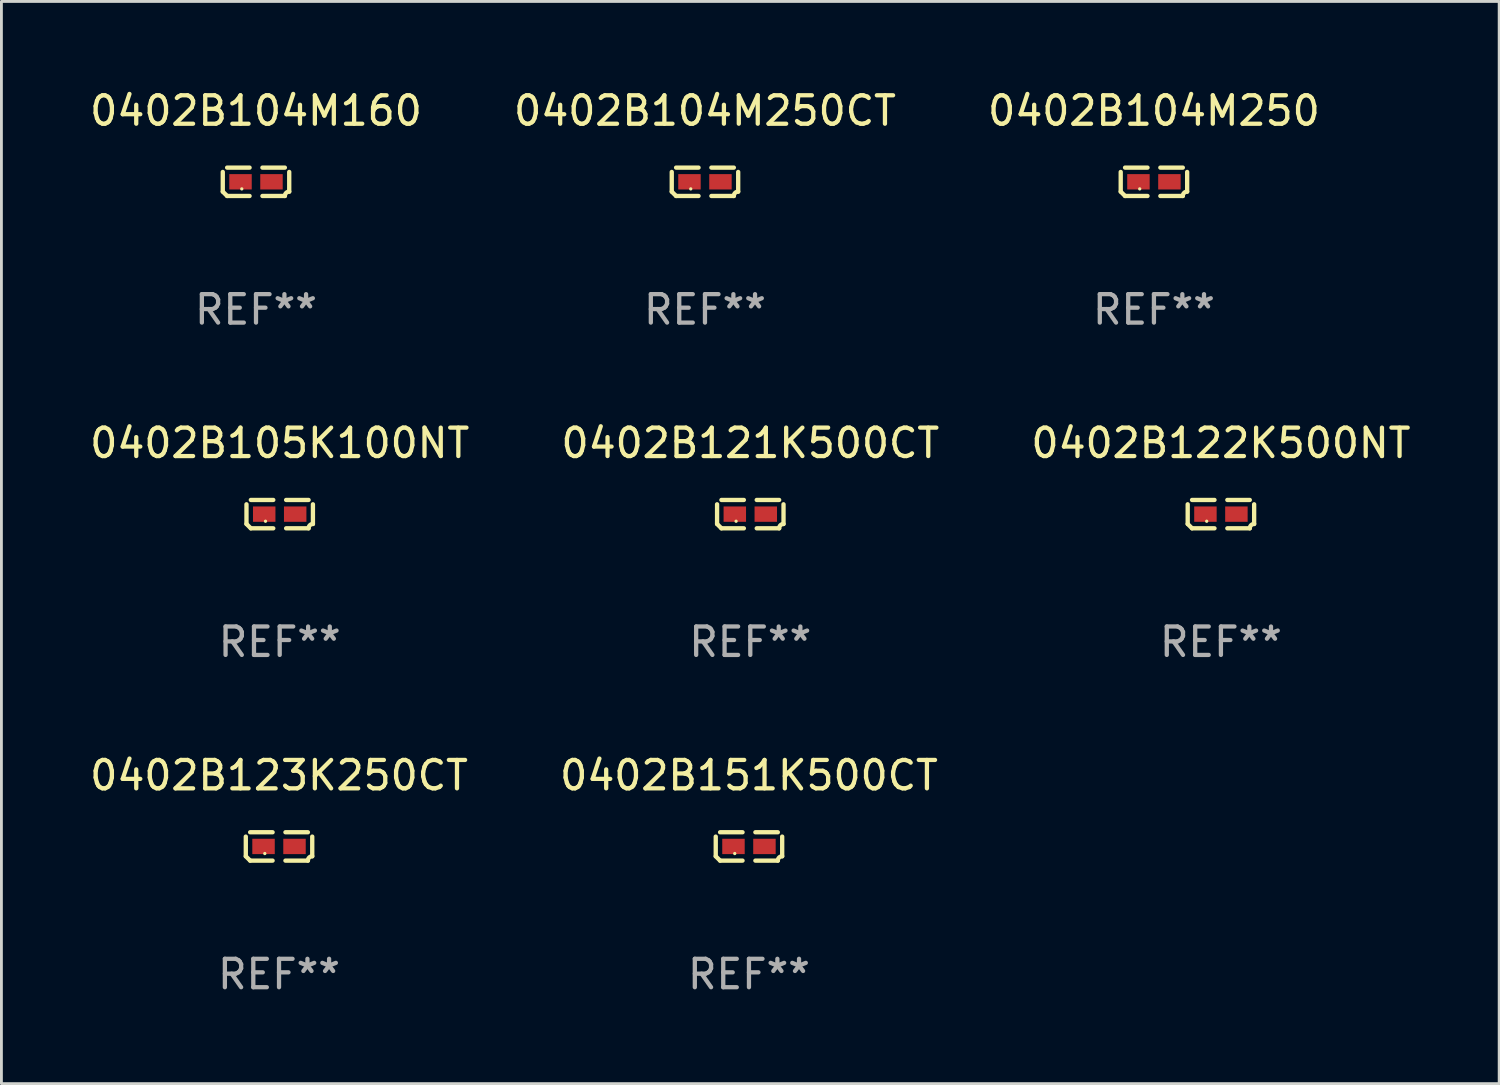
<source format=kicad_pcb>
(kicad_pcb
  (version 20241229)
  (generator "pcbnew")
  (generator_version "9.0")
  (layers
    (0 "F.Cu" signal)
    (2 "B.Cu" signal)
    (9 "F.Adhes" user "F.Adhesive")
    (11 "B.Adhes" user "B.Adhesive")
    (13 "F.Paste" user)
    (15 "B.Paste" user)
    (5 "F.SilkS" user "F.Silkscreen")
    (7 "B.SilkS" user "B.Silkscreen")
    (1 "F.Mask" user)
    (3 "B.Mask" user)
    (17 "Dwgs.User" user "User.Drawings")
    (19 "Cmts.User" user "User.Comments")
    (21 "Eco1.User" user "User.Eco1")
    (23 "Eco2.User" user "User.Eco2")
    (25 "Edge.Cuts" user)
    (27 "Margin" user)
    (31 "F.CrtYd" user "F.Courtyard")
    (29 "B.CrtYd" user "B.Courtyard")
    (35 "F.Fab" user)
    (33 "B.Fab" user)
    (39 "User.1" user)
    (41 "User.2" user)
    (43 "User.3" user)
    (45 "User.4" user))
  (footprint "0402B121K500CT"
    (layer "F.Cu")
    (at 23.351 15.041)
    (property "Reference" "0402B121K500CT" (at 0 -2.499 0) (layer "F.SilkS") (effects (font (size 1 1) (thickness 0.15))))
    (attr through_hole)
    (fp_line (start -1.169 0.346) (end -1.169 -0.346) (stroke (width 0.152) (type solid)) (layer "F.SilkS"))
    (fp_line (start -1.016 -0.499) (end -0.226 -0.499) (stroke (width 0.152) (type solid)) (layer "F.SilkS"))
    (fp_line (start -0.226 0.499) (end -1.016 0.499) (stroke (width 0.152) (type solid)) (layer "F.SilkS"))
    (fp_line (start 0.226 0.499) (end 1.016 0.499) (stroke (width 0.152) (type solid)) (layer "F.SilkS"))
    (fp_line (start 1.016 -0.499) (end 0.226 -0.499) (stroke (width 0.152) (type solid)) (layer "F.SilkS"))
    (fp_line (start 1.169 0.346) (end 1.169 -0.346) (stroke (width 0.152) (type solid)) (layer "F.SilkS"))
    (fp_arc (start -1.016307 0.498603) (mid -1.092512 0.422405) (end -1.16871 0.3462) (stroke (width 0.1524) (type solid)) (layer "F.SilkS"))
    (fp_arc (start 1.016307 0.498603) (mid 1.060899 0.390758) (end 1.168707 0.346076) (stroke (width 0.1524) (type solid)) (layer "F.SilkS"))
    (fp_circle (center -0.5 0.25) (end -0.47 0.25) (stroke (width 0.06) (type solid)) (fill no) (layer "F.SilkS"))
    (fp_text user "REF**" (at 0 4.499 0) (layer "F.Fab") (effects (font (size 1 1) (thickness 0.15))))
    (pad "1" smd rect (at -0.545 0) (size 0.79 0.54) (layers "F.Cu" "F.Mask" "F.Paste"))
    (pad "2" smd rect (at 0.545 0) (size 0.79 0.54) (layers "F.Cu" "F.Mask" "F.Paste")))
  (footprint "0402B105K100NT"
    (layer "F.Cu")
    (at 6.792 15.041)
    (property "Reference" "0402B105K100NT" (at 0 -2.499 0) (layer "F.SilkS") (effects (font (size 1 1) (thickness 0.15))))
    (attr through_hole)
    (fp_line (start -1.169 0.346) (end -1.169 -0.346) (stroke (width 0.152) (type solid)) (layer "F.SilkS"))
    (fp_line (start -1.016 -0.499) (end -0.226 -0.499) (stroke (width 0.152) (type solid)) (layer "F.SilkS"))
    (fp_line (start -0.226 0.499) (end -1.016 0.499) (stroke (width 0.152) (type solid)) (layer "F.SilkS"))
    (fp_line (start 0.226 0.499) (end 1.016 0.499) (stroke (width 0.152) (type solid)) (layer "F.SilkS"))
    (fp_line (start 1.016 -0.499) (end 0.226 -0.499) (stroke (width 0.152) (type solid)) (layer "F.SilkS"))
    (fp_line (start 1.169 0.346) (end 1.169 -0.346) (stroke (width 0.152) (type solid)) (layer "F.SilkS"))
    (fp_arc (start -1.016307 0.498603) (mid -1.092512 0.422405) (end -1.16871 0.3462) (stroke (width 0.1524) (type solid)) (layer "F.SilkS"))
    (fp_arc (start 1.016307 0.498603) (mid 1.060899 0.390758) (end 1.168707 0.346076) (stroke (width 0.1524) (type solid)) (layer "F.SilkS"))
    (fp_circle (center -0.5 0.25) (end -0.47 0.25) (stroke (width 0.06) (type solid)) (fill no) (layer "F.SilkS"))
    (fp_text user "REF**" (at 0 4.499 0) (layer "F.Fab") (effects (font (size 1 1) (thickness 0.15))))
    (pad "1" smd rect (at -0.545 0) (size 0.79 0.54) (layers "F.Cu" "F.Mask" "F.Paste"))
    (pad "2" smd rect (at 0.545 0) (size 0.79 0.54) (layers "F.Cu" "F.Mask" "F.Paste")))
  (footprint "0402B123K250CT"
    (layer "F.Cu")
    (at 6.768 26.734)
    (property "Reference" "0402B123K250CT" (at 0 -2.499 0) (layer "F.SilkS") (effects (font (size 1 1) (thickness 0.15))))
    (attr through_hole)
    (fp_line (start -1.169 0.346) (end -1.169 -0.346) (stroke (width 0.152) (type solid)) (layer "F.SilkS"))
    (fp_line (start -1.016 -0.499) (end -0.226 -0.499) (stroke (width 0.152) (type solid)) (layer "F.SilkS"))
    (fp_line (start -0.226 0.499) (end -1.016 0.499) (stroke (width 0.152) (type solid)) (layer "F.SilkS"))
    (fp_line (start 0.226 0.499) (end 1.016 0.499) (stroke (width 0.152) (type solid)) (layer "F.SilkS"))
    (fp_line (start 1.016 -0.499) (end 0.226 -0.499) (stroke (width 0.152) (type solid)) (layer "F.SilkS"))
    (fp_line (start 1.169 0.346) (end 1.169 -0.346) (stroke (width 0.152) (type solid)) (layer "F.SilkS"))
    (fp_arc (start -1.016307 0.498603) (mid -1.092512 0.422405) (end -1.16871 0.3462) (stroke (width 0.1524) (type solid)) (layer "F.SilkS"))
    (fp_arc (start 1.016307 0.498603) (mid 1.060899 0.390758) (end 1.168707 0.346076) (stroke (width 0.1524) (type solid)) (layer "F.SilkS"))
    (fp_circle (center -0.5 0.25) (end -0.47 0.25) (stroke (width 0.06) (type solid)) (fill no) (layer "F.SilkS"))
    (fp_text user "REF**" (at 0 4.499 0) (layer "F.Fab") (effects (font (size 1 1) (thickness 0.15))))
    (pad "1" smd rect (at -0.545 0) (size 0.79 0.54) (layers "F.Cu" "F.Mask" "F.Paste"))
    (pad "2" smd rect (at 0.545 0) (size 0.79 0.54) (layers "F.Cu" "F.Mask" "F.Paste")))
  (footprint "0402B104M250"
    (layer "F.Cu")
    (at 37.554 3.347)
    (property "Reference" "0402B104M250" (at 0 -2.499 0) (layer "F.SilkS") (effects (font (size 1 1) (thickness 0.15))))
    (attr through_hole)
    (fp_line (start -1.169 0.346) (end -1.169 -0.346) (stroke (width 0.152) (type solid)) (layer "F.SilkS"))
    (fp_line (start -1.016 -0.499) (end -0.226 -0.499) (stroke (width 0.152) (type solid)) (layer "F.SilkS"))
    (fp_line (start -0.226 0.499) (end -1.016 0.499) (stroke (width 0.152) (type solid)) (layer "F.SilkS"))
    (fp_line (start 0.226 0.499) (end 1.016 0.499) (stroke (width 0.152) (type solid)) (layer "F.SilkS"))
    (fp_line (start 1.016 -0.499) (end 0.226 -0.499) (stroke (width 0.152) (type solid)) (layer "F.SilkS"))
    (fp_line (start 1.169 0.346) (end 1.169 -0.346) (stroke (width 0.152) (type solid)) (layer "F.SilkS"))
    (fp_arc (start -1.016307 0.498603) (mid -1.092512 0.422405) (end -1.16871 0.3462) (stroke (width 0.1524) (type solid)) (layer "F.SilkS"))
    (fp_arc (start 1.016307 0.498603) (mid 1.060899 0.390758) (end 1.168707 0.346076) (stroke (width 0.1524) (type solid)) (layer "F.SilkS"))
    (fp_circle (center -0.5 0.25) (end -0.47 0.25) (stroke (width 0.06) (type solid)) (fill no) (layer "F.SilkS"))
    (fp_text user "REF**" (at 0 4.499 0) (layer "F.Fab") (effects (font (size 1 1) (thickness 0.15))))
    (pad "1" smd rect (at -0.545 0) (size 0.79 0.54) (layers "F.Cu" "F.Mask" "F.Paste"))
    (pad "2" smd rect (at 0.545 0) (size 0.79 0.54) (layers "F.Cu" "F.Mask" "F.Paste")))
  (footprint "0402B151K500CT"
    (layer "F.Cu")
    (at 23.304 26.734)
    (property "Reference" "0402B151K500CT" (at 0 -2.499 0) (layer "F.SilkS") (effects (font (size 1 1) (thickness 0.15))))
    (attr through_hole)
    (fp_line (start -1.169 0.346) (end -1.169 -0.346) (stroke (width 0.152) (type solid)) (layer "F.SilkS"))
    (fp_line (start -1.016 -0.499) (end -0.226 -0.499) (stroke (width 0.152) (type solid)) (layer "F.SilkS"))
    (fp_line (start -0.226 0.499) (end -1.016 0.499) (stroke (width 0.152) (type solid)) (layer "F.SilkS"))
    (fp_line (start 0.226 0.499) (end 1.016 0.499) (stroke (width 0.152) (type solid)) (layer "F.SilkS"))
    (fp_line (start 1.016 -0.499) (end 0.226 -0.499) (stroke (width 0.152) (type solid)) (layer "F.SilkS"))
    (fp_line (start 1.169 0.346) (end 1.169 -0.346) (stroke (width 0.152) (type solid)) (layer "F.SilkS"))
    (fp_arc (start -1.016307 0.498603) (mid -1.092512 0.422405) (end -1.16871 0.3462) (stroke (width 0.1524) (type solid)) (layer "F.SilkS"))
    (fp_arc (start 1.016307 0.498603) (mid 1.060899 0.390758) (end 1.168707 0.346076) (stroke (width 0.1524) (type solid)) (layer "F.SilkS"))
    (fp_circle (center -0.5 0.25) (end -0.47 0.25) (stroke (width 0.06) (type solid)) (fill no) (layer "F.SilkS"))
    (fp_text user "REF**" (at 0 4.499 0) (layer "F.Fab") (effects (font (size 1 1) (thickness 0.15))))
    (pad "1" smd rect (at -0.545 0) (size 0.79 0.54) (layers "F.Cu" "F.Mask" "F.Paste"))
    (pad "2" smd rect (at 0.545 0) (size 0.79 0.54) (layers "F.Cu" "F.Mask" "F.Paste")))
  (footprint "0402B104M160"
    (layer "F.Cu")
    (at 5.958 3.347)
    (property "Reference" "0402B104M160" (at 0 -2.499 0) (layer "F.SilkS") (effects (font (size 1 1) (thickness 0.15))))
    (attr through_hole)
    (fp_line (start -1.169 0.346) (end -1.169 -0.346) (stroke (width 0.152) (type solid)) (layer "F.SilkS"))
    (fp_line (start -1.016 -0.499) (end -0.226 -0.499) (stroke (width 0.152) (type solid)) (layer "F.SilkS"))
    (fp_line (start -0.226 0.499) (end -1.016 0.499) (stroke (width 0.152) (type solid)) (layer "F.SilkS"))
    (fp_line (start 0.226 0.499) (end 1.016 0.499) (stroke (width 0.152) (type solid)) (layer "F.SilkS"))
    (fp_line (start 1.016 -0.499) (end 0.226 -0.499) (stroke (width 0.152) (type solid)) (layer "F.SilkS"))
    (fp_line (start 1.169 0.346) (end 1.169 -0.346) (stroke (width 0.152) (type solid)) (layer "F.SilkS"))
    (fp_arc (start -1.016307 0.498603) (mid -1.092512 0.422405) (end -1.16871 0.3462) (stroke (width 0.1524) (type solid)) (layer "F.SilkS"))
    (fp_arc (start 1.016307 0.498603) (mid 1.060899 0.390758) (end 1.168707 0.346076) (stroke (width 0.1524) (type solid)) (layer "F.SilkS"))
    (fp_circle (center -0.5 0.25) (end -0.47 0.25) (stroke (width 0.06) (type solid)) (fill no) (layer "F.SilkS"))
    (fp_text user "REF**" (at 0 4.499 0) (layer "F.Fab") (effects (font (size 1 1) (thickness 0.15))))
    (pad "1" smd rect (at -0.545 0) (size 0.79 0.54) (layers "F.Cu" "F.Mask" "F.Paste"))
    (pad "2" smd rect (at 0.545 0) (size 0.79 0.54) (layers "F.Cu" "F.Mask" "F.Paste")))
  (footprint "0402B104M250CT"
    (layer "F.Cu")
    (at 21.756 3.347)
    (property "Reference" "0402B104M250CT" (at 0 -2.499 0) (layer "F.SilkS") (effects (font (size 1 1) (thickness 0.15))))
    (attr through_hole)
    (fp_line (start -1.169 0.346) (end -1.169 -0.346) (stroke (width 0.152) (type solid)) (layer "F.SilkS"))
    (fp_line (start -1.016 -0.499) (end -0.226 -0.499) (stroke (width 0.152) (type solid)) (layer "F.SilkS"))
    (fp_line (start -0.226 0.499) (end -1.016 0.499) (stroke (width 0.152) (type solid)) (layer "F.SilkS"))
    (fp_line (start 0.226 0.499) (end 1.016 0.499) (stroke (width 0.152) (type solid)) (layer "F.SilkS"))
    (fp_line (start 1.016 -0.499) (end 0.226 -0.499) (stroke (width 0.152) (type solid)) (layer "F.SilkS"))
    (fp_line (start 1.169 0.346) (end 1.169 -0.346) (stroke (width 0.152) (type solid)) (layer "F.SilkS"))
    (fp_arc (start -1.016307 0.498603) (mid -1.092512 0.422405) (end -1.16871 0.3462) (stroke (width 0.1524) (type solid)) (layer "F.SilkS"))
    (fp_arc (start 1.016307 0.498603) (mid 1.060899 0.390758) (end 1.168707 0.346076) (stroke (width 0.1524) (type solid)) (layer "F.SilkS"))
    (fp_circle (center -0.5 0.25) (end -0.47 0.25) (stroke (width 0.06) (type solid)) (fill no) (layer "F.SilkS"))
    (fp_text user "REF**" (at 0 4.499 0) (layer "F.Fab") (effects (font (size 1 1) (thickness 0.15))))
    (pad "1" smd rect (at -0.545 0) (size 0.79 0.54) (layers "F.Cu" "F.Mask" "F.Paste"))
    (pad "2" smd rect (at 0.545 0) (size 0.79 0.54) (layers "F.Cu" "F.Mask" "F.Paste")))
  (footprint "0402B122K500NT"
    (layer "F.Cu")
    (at 39.911 15.041)
    (property "Reference" "0402B122K500NT" (at 0 -2.499 0) (layer "F.SilkS") (effects (font (size 1 1) (thickness 0.15))))
    (attr through_hole)
    (fp_line (start -1.169 0.346) (end -1.169 -0.346) (stroke (width 0.152) (type solid)) (layer "F.SilkS"))
    (fp_line (start -1.016 -0.499) (end -0.226 -0.499) (stroke (width 0.152) (type solid)) (layer "F.SilkS"))
    (fp_line (start -0.226 0.499) (end -1.016 0.499) (stroke (width 0.152) (type solid)) (layer "F.SilkS"))
    (fp_line (start 0.226 0.499) (end 1.016 0.499) (stroke (width 0.152) (type solid)) (layer "F.SilkS"))
    (fp_line (start 1.016 -0.499) (end 0.226 -0.499) (stroke (width 0.152) (type solid)) (layer "F.SilkS"))
    (fp_line (start 1.169 0.346) (end 1.169 -0.346) (stroke (width 0.152) (type solid)) (layer "F.SilkS"))
    (fp_arc (start -1.016307 0.498603) (mid -1.092512 0.422405) (end -1.16871 0.3462) (stroke (width 0.1524) (type solid)) (layer "F.SilkS"))
    (fp_arc (start 1.016307 0.498603) (mid 1.060899 0.390758) (end 1.168707 0.346076) (stroke (width 0.1524) (type solid)) (layer "F.SilkS"))
    (fp_circle (center -0.5 0.25) (end -0.47 0.25) (stroke (width 0.06) (type solid)) (fill no) (layer "F.SilkS"))
    (fp_text user "REF**" (at 0 4.499 0) (layer "F.Fab") (effects (font (size 1 1) (thickness 0.15))))
    (pad "1" smd rect (at -0.545 0) (size 0.79 0.54) (layers "F.Cu" "F.Mask" "F.Paste"))
    (pad "2" smd rect (at 0.545 0) (size 0.79 0.54) (layers "F.Cu" "F.Mask" "F.Paste")))
  (gr_rect
    (start -3 -3)
    (end 49.702 35.081)
    (stroke (width 0.1) (type default))
    (fill no)
    (layer "Edge.Cuts")))
</source>
